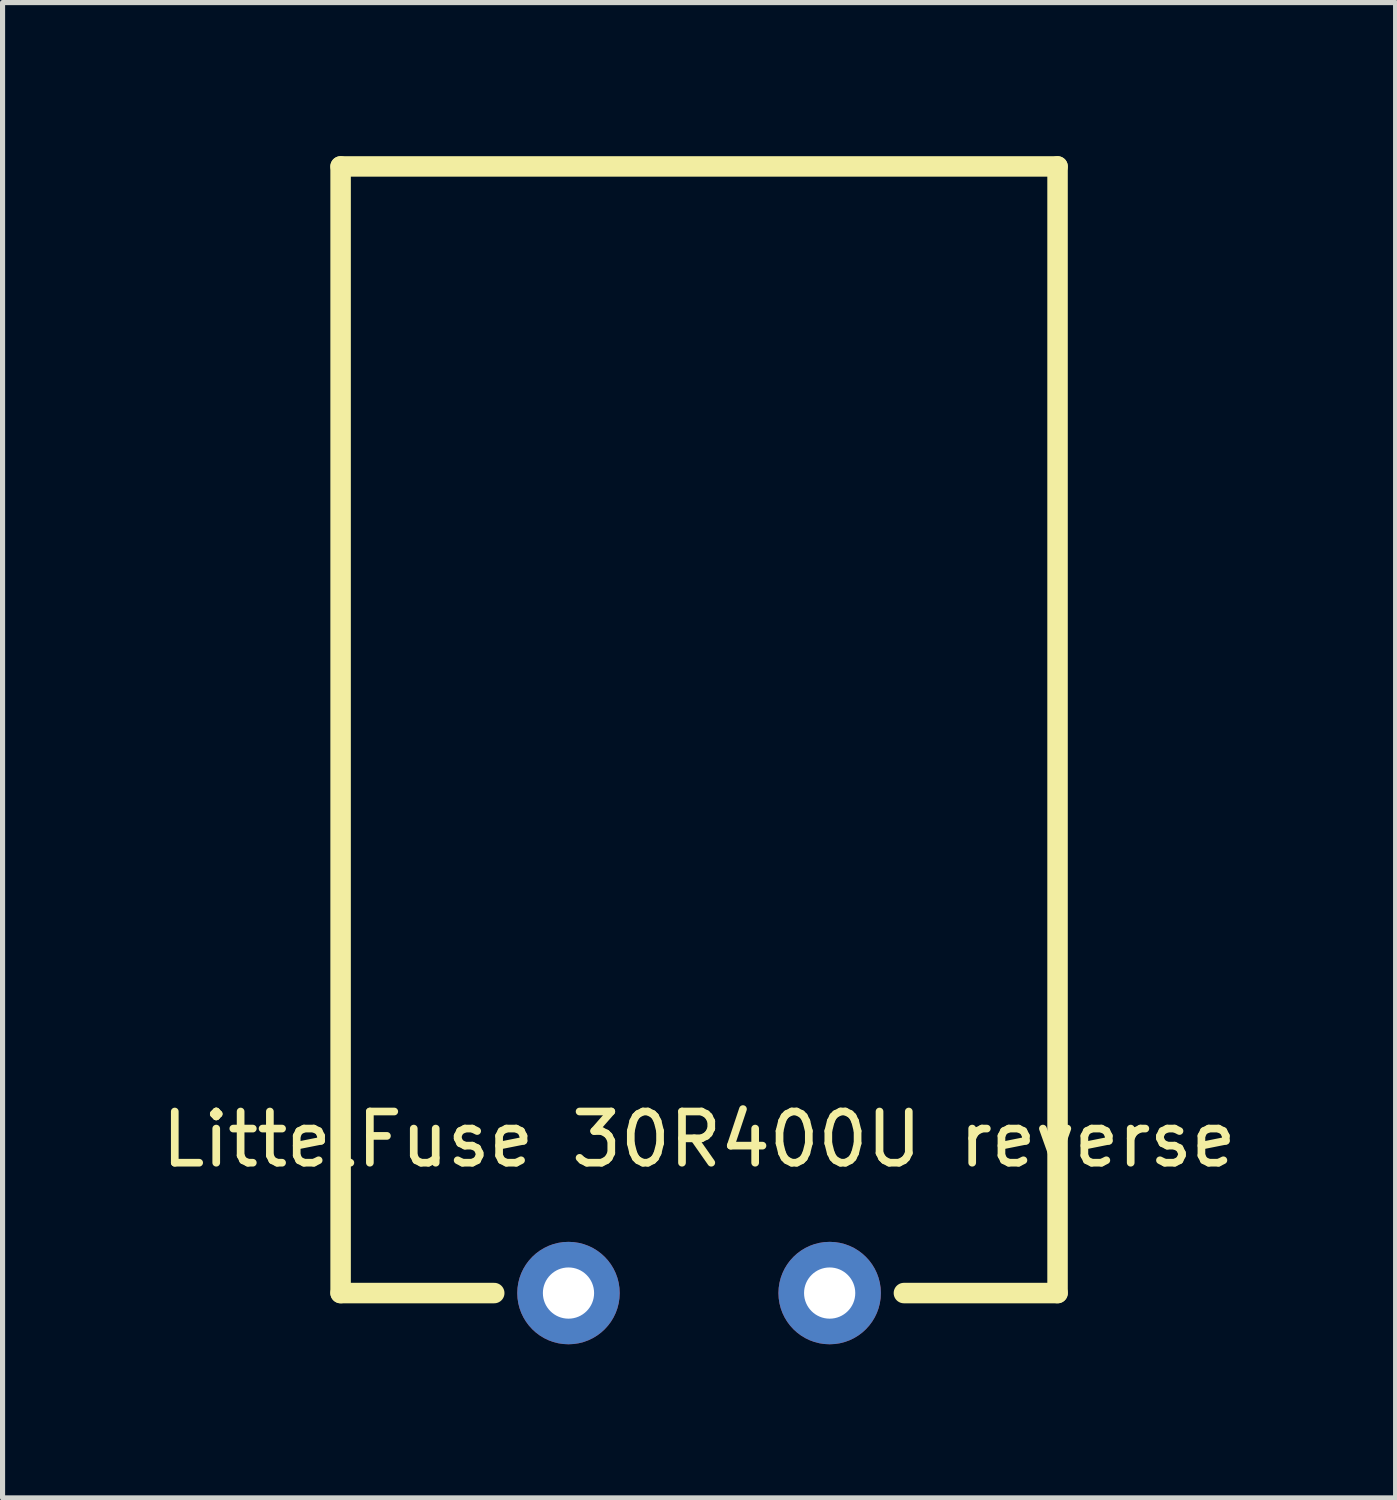
<source format=kicad_pcb>
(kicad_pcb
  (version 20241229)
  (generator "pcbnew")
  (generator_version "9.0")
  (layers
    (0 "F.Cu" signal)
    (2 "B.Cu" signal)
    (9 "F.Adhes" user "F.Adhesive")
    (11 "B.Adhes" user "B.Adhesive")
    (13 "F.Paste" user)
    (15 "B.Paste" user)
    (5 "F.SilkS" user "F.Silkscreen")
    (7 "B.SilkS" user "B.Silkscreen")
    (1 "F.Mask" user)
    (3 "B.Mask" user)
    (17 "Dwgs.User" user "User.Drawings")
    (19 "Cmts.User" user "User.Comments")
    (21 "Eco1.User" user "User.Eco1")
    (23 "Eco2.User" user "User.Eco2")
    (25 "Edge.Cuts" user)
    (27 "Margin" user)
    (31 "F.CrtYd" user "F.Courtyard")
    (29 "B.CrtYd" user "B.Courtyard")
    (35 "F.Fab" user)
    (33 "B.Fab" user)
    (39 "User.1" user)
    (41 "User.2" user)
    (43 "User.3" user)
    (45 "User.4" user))
  (footprint "LittelFuse 30R400U reverse"
    (layer "F.Cu")
    (at 10.601 22.2)
    (property "Reference" "LittelFuse 30R400U reverse" (at 0 -3 0) (layer "F.SilkS") (effects (font (size 1 1) (thickness 0.15))))
    (attr through_hole)
    (fp_line (start -7 -22) (end -7 0) (stroke (width 0.4) (type solid)) (layer "F.SilkS"))
    (fp_line (start -7 -22) (end 7 -22) (stroke (width 0.4) (type solid)) (layer "F.SilkS"))
    (fp_line (start -7 0) (end -4 0) (stroke (width 0.4) (type solid)) (layer "F.SilkS"))
    (fp_line (start 7 0) (end 4 0) (stroke (width 0.4) (type solid)) (layer "F.SilkS"))
    (fp_line (start 7 0) (end 7 -22) (stroke (width 0.4) (type solid)) (layer "F.SilkS"))
    (pad "1" thru_hole circle (at 2.55 0) (size 2 2) (drill 1) (layers "*.Cu" "*.Mask"))
    (pad "2" thru_hole circle (at -2.55 0) (size 2 2) (drill 1) (layers "*.Cu" "*.Mask")))
  (gr_rect
    (start -3 -3)
    (end 24.202 26.2)
    (stroke (width 0.1) (type default))
    (fill no)
    (layer "Edge.Cuts")))
</source>
